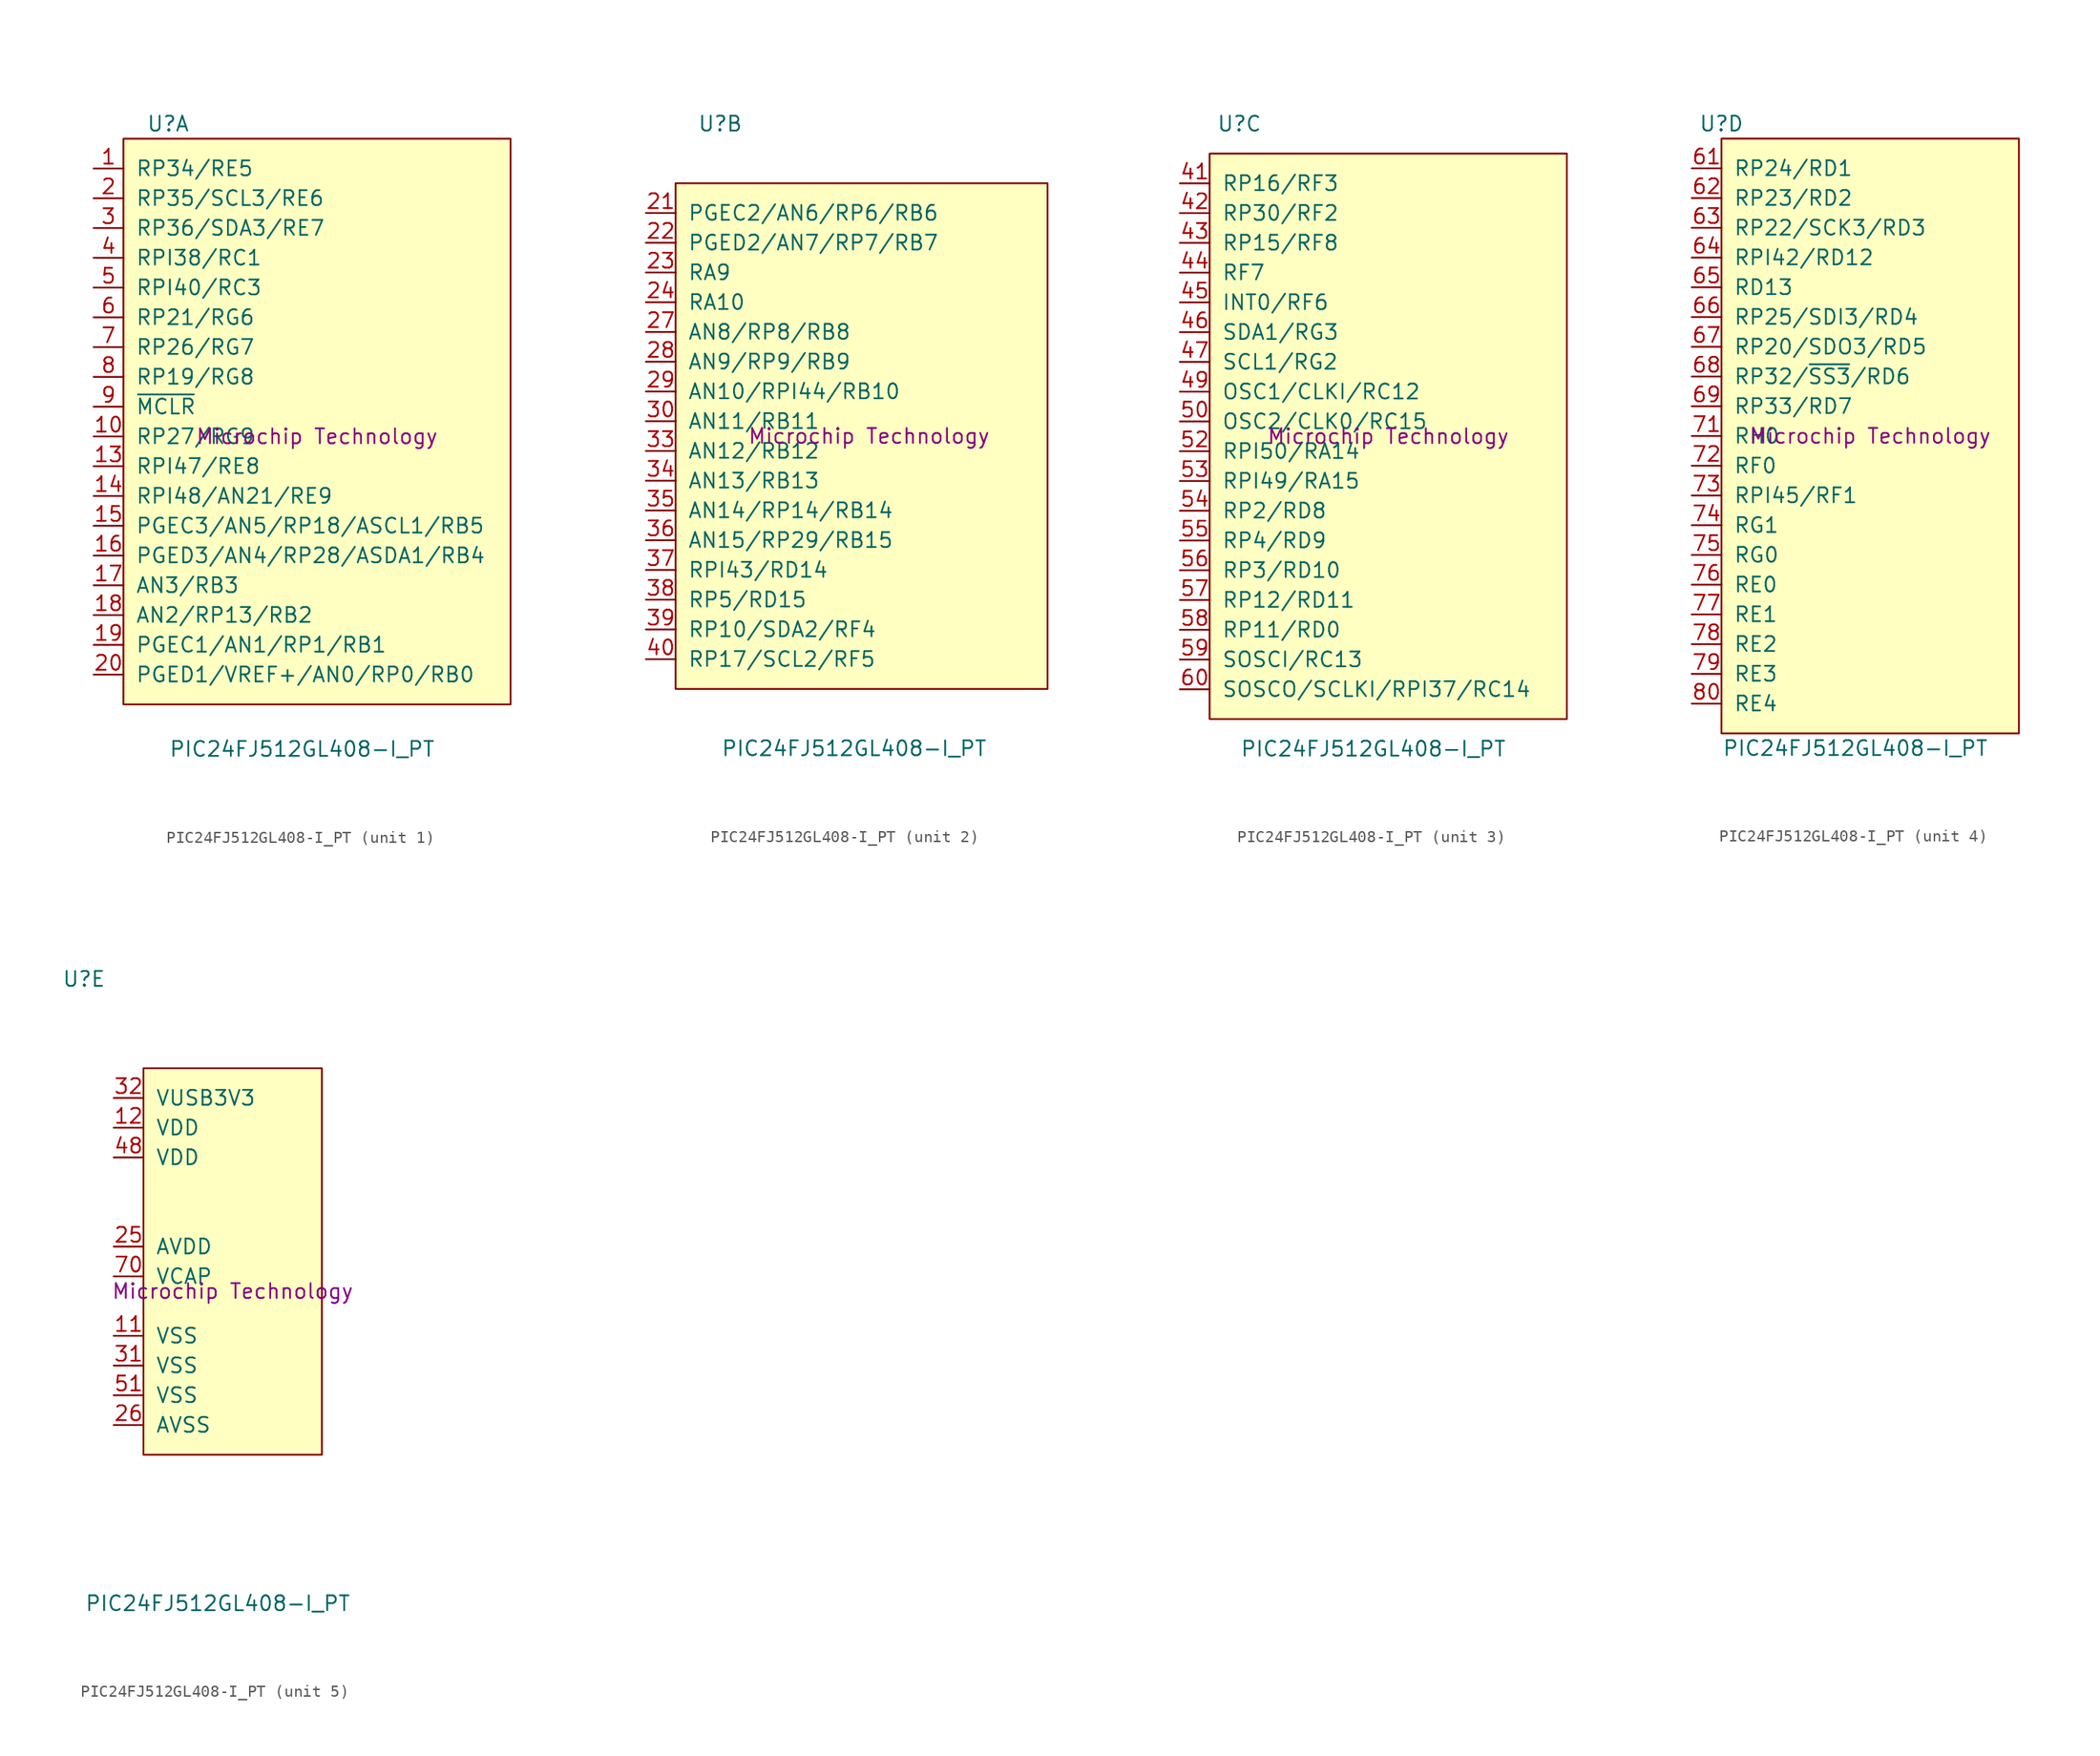
<source format=kicad_sym>
(kicad_symbol_lib
  (version 20231120)
  (generator "kicad_symbol_editor")
  (generator_version "8.0")
  (symbol "PIC24FJ512GL408-I_PT"
    (pin_names
      (offset 1.016))
    (property "Reference" "U"
      (at -12.7 26.67 0)
      (effects (font (size 1.27 1.27))))
    (property "Value" "PIC24FJ512GL408-I_PT"
      (at -1.27 -26.67 0)
      (effects (font (size 1.27 1.27))))
    (property "MFR" "Microchip Technology"
      (at 0 0 0)
      (effects (font (size 1.27 1.27))))
    (symbol "PIC24FJ512GL408-I_PT_1_1"
      (rectangle (start -16.51 25.4) (end 16.51 -22.86) (stroke (width 0.152) (type default)) (fill (type background)))
      (pin unspecified line (at -19.05 22.86 0) (length 2.54) (name "RP34/RE5" (effects (font (size 1.27 1.27)))) (number "1" (effects (font (size 1.27 1.27)))))
      (pin unspecified line (at -19.05 0 0) (length 2.54) (name "RP27/RG9" (effects (font (size 1.27 1.27)))) (number "10" (effects (font (size 1.27 1.27)))))
      (pin unspecified line (at -19.05 -2.54 0) (length 2.54) (name "RPI47/RE8" (effects (font (size 1.27 1.27)))) (number "13" (effects (font (size 1.27 1.27)))))
      (pin unspecified line (at -19.05 -5.08 0) (length 2.54) (name "RPI48/AN21/RE9" (effects (font (size 1.27 1.27)))) (number "14" (effects (font (size 1.27 1.27)))))
      (pin unspecified line (at -19.05 -7.62 0) (length 2.54) (name "PGEC3/AN5/RP18/ASCL1/RB5" (effects (font (size 1.27 1.27)))) (number "15" (effects (font (size 1.27 1.27)))))
      (pin unspecified line (at -19.05 -10.16 0) (length 2.54) (name "PGED3/AN4/RP28/ASDA1/RB4" (effects (font (size 1.27 1.27)))) (number "16" (effects (font (size 1.27 1.27)))))
      (pin unspecified line (at -19.05 -12.7 0) (length 2.54) (name "AN3/RB3" (effects (font (size 1.27 1.27)))) (number "17" (effects (font (size 1.27 1.27)))))
      (pin unspecified line (at -19.05 -15.24 0) (length 2.54) (name "AN2/RP13/RB2" (effects (font (size 1.27 1.27)))) (number "18" (effects (font (size 1.27 1.27)))))
      (pin unspecified line (at -19.05 -17.78 0) (length 2.54) (name "PGEC1/AN1/RP1/RB1" (effects (font (size 1.27 1.27)))) (number "19" (effects (font (size 1.27 1.27)))))
      (pin unspecified line (at -19.05 20.32 0) (length 2.54) (name "RP35/SCL3/RE6" (effects (font (size 1.27 1.27)))) (number "2" (effects (font (size 1.27 1.27)))))
      (pin unspecified line (at -19.05 -20.32 0) (length 2.54) (name "PGED1/VREF+/AN0/RP0/RB0" (effects (font (size 1.27 1.27)))) (number "20" (effects (font (size 1.27 1.27)))))
      (pin unspecified line (at -19.05 17.78 0) (length 2.54) (name "RP36/SDA3/RE7" (effects (font (size 1.27 1.27)))) (number "3" (effects (font (size 1.27 1.27)))))
      (pin unspecified line (at -19.05 15.24 0) (length 2.54) (name "RPI38/RC1" (effects (font (size 1.27 1.27)))) (number "4" (effects (font (size 1.27 1.27)))))
      (pin unspecified line (at -19.05 12.7 0) (length 2.54) (name "RPI40/RC3" (effects (font (size 1.27 1.27)))) (number "5" (effects (font (size 1.27 1.27)))))
      (pin unspecified line (at -19.05 10.16 0) (length 2.54) (name "RP21/RG6" (effects (font (size 1.27 1.27)))) (number "6" (effects (font (size 1.27 1.27)))))
      (pin unspecified line (at -19.05 7.62 0) (length 2.54) (name "RP26/RG7" (effects (font (size 1.27 1.27)))) (number "7" (effects (font (size 1.27 1.27)))))
      (pin unspecified line (at -19.05 5.08 0) (length 2.54) (name "RP19/RG8" (effects (font (size 1.27 1.27)))) (number "8" (effects (font (size 1.27 1.27)))))
      (pin unspecified line (at -19.05 2.54 0) (length 2.54) (name "~{MCLR}" (effects (font (size 1.27 1.27)))) (number "9" (effects (font (size 1.27 1.27))))))
    (symbol "PIC24FJ512GL408-I_PT_2_1"
      (rectangle (start -16.51 21.59) (end 15.24 -21.59) (stroke (width 0.152) (type default)) (fill (type background)))
      (pin unspecified line (at -19.05 19.05 0) (length 2.54) (name "PGEC2/AN6/RP6/RB6" (effects (font (size 1.27 1.27)))) (number "21" (effects (font (size 1.27 1.27)))))
      (pin unspecified line (at -19.05 16.51 0) (length 2.54) (name "PGED2/AN7/RP7/RB7" (effects (font (size 1.27 1.27)))) (number "22" (effects (font (size 1.27 1.27)))))
      (pin unspecified line (at -19.05 13.97 0) (length 2.54) (name "RA9" (effects (font (size 1.27 1.27)))) (number "23" (effects (font (size 1.27 1.27)))))
      (pin unspecified line (at -19.05 11.43 0) (length 2.54) (name "RA10" (effects (font (size 1.27 1.27)))) (number "24" (effects (font (size 1.27 1.27)))))
      (pin unspecified line (at -19.05 8.89 0) (length 2.54) (name "AN8/RP8/RB8" (effects (font (size 1.27 1.27)))) (number "27" (effects (font (size 1.27 1.27)))))
      (pin unspecified line (at -19.05 6.35 0) (length 2.54) (name "AN9/RP9/RB9" (effects (font (size 1.27 1.27)))) (number "28" (effects (font (size 1.27 1.27)))))
      (pin unspecified line (at -19.05 3.81 0) (length 2.54) (name "AN10/RPI44/RB10" (effects (font (size 1.27 1.27)))) (number "29" (effects (font (size 1.27 1.27)))))
      (pin unspecified line (at -19.05 1.27 0) (length 2.54) (name "AN11/RB11" (effects (font (size 1.27 1.27)))) (number "30" (effects (font (size 1.27 1.27)))))
      (pin unspecified line (at -19.05 -1.27 0) (length 2.54) (name "AN12/RB12" (effects (font (size 1.27 1.27)))) (number "33" (effects (font (size 1.27 1.27)))))
      (pin unspecified line (at -19.05 -3.81 0) (length 2.54) (name "AN13/RB13" (effects (font (size 1.27 1.27)))) (number "34" (effects (font (size 1.27 1.27)))))
      (pin unspecified line (at -19.05 -6.35 0) (length 2.54) (name "AN14/RP14/RB14" (effects (font (size 1.27 1.27)))) (number "35" (effects (font (size 1.27 1.27)))))
      (pin unspecified line (at -19.05 -8.89 0) (length 2.54) (name "AN15/RP29/RB15" (effects (font (size 1.27 1.27)))) (number "36" (effects (font (size 1.27 1.27)))))
      (pin unspecified line (at -19.05 -11.43 0) (length 2.54) (name "RPI43/RD14" (effects (font (size 1.27 1.27)))) (number "37" (effects (font (size 1.27 1.27)))))
      (pin unspecified line (at -19.05 -13.97 0) (length 2.54) (name "RP5/RD15" (effects (font (size 1.27 1.27)))) (number "38" (effects (font (size 1.27 1.27)))))
      (pin unspecified line (at -19.05 -16.51 0) (length 2.54) (name "RP10/SDA2/RF4" (effects (font (size 1.27 1.27)))) (number "39" (effects (font (size 1.27 1.27)))))
      (pin unspecified line (at -19.05 -19.05 0) (length 2.54) (name "RP17/SCL2/RF5" (effects (font (size 1.27 1.27)))) (number "40" (effects (font (size 1.27 1.27))))))
    (symbol "PIC24FJ512GL408-I_PT_3_1"
      (rectangle (start -15.24 24.13) (end 15.24 -24.13) (stroke (width 0.152) (type default)) (fill (type background)))
      (pin unspecified line (at -17.78 21.59 0) (length 2.54) (name "RP16/RF3" (effects (font (size 1.27 1.27)))) (number "41" (effects (font (size 1.27 1.27)))))
      (pin unspecified line (at -17.78 19.05 0) (length 2.54) (name "RP30/RF2" (effects (font (size 1.27 1.27)))) (number "42" (effects (font (size 1.27 1.27)))))
      (pin unspecified line (at -17.78 16.51 0) (length 2.54) (name "RP15/RF8" (effects (font (size 1.27 1.27)))) (number "43" (effects (font (size 1.27 1.27)))))
      (pin unspecified line (at -17.78 13.97 0) (length 2.54) (name "RF7" (effects (font (size 1.27 1.27)))) (number "44" (effects (font (size 1.27 1.27)))))
      (pin unspecified line (at -17.78 11.43 0) (length 2.54) (name "INT0/RF6" (effects (font (size 1.27 1.27)))) (number "45" (effects (font (size 1.27 1.27)))))
      (pin unspecified line (at -17.78 8.89 0) (length 2.54) (name "SDA1/RG3" (effects (font (size 1.27 1.27)))) (number "46" (effects (font (size 1.27 1.27)))))
      (pin unspecified line (at -17.78 6.35 0) (length 2.54) (name "SCL1/RG2" (effects (font (size 1.27 1.27)))) (number "47" (effects (font (size 1.27 1.27)))))
      (pin unspecified line (at -17.78 3.81 0) (length 2.54) (name "OSC1/CLKI/RC12" (effects (font (size 1.27 1.27)))) (number "49" (effects (font (size 1.27 1.27)))))
      (pin unspecified line (at -17.78 1.27 0) (length 2.54) (name "OSC2/CLK0/RC15" (effects (font (size 1.27 1.27)))) (number "50" (effects (font (size 1.27 1.27)))))
      (pin unspecified line (at -17.78 -1.27 0) (length 2.54) (name "RPI50/RA14" (effects (font (size 1.27 1.27)))) (number "52" (effects (font (size 1.27 1.27)))))
      (pin unspecified line (at -17.78 -3.81 0) (length 2.54) (name "RPI49/RA15" (effects (font (size 1.27 1.27)))) (number "53" (effects (font (size 1.27 1.27)))))
      (pin unspecified line (at -17.78 -6.35 0) (length 2.54) (name "RP2/RD8" (effects (font (size 1.27 1.27)))) (number "54" (effects (font (size 1.27 1.27)))))
      (pin unspecified line (at -17.78 -8.89 0) (length 2.54) (name "RP4/RD9" (effects (font (size 1.27 1.27)))) (number "55" (effects (font (size 1.27 1.27)))))
      (pin unspecified line (at -17.78 -11.43 0) (length 2.54) (name "RP3/RD10" (effects (font (size 1.27 1.27)))) (number "56" (effects (font (size 1.27 1.27)))))
      (pin unspecified line (at -17.78 -13.97 0) (length 2.54) (name "RP12/RD11" (effects (font (size 1.27 1.27)))) (number "57" (effects (font (size 1.27 1.27)))))
      (pin unspecified line (at -17.78 -16.51 0) (length 2.54) (name "RP11/RD0" (effects (font (size 1.27 1.27)))) (number "58" (effects (font (size 1.27 1.27)))))
      (pin unspecified line (at -17.78 -19.05 0) (length 2.54) (name "SOSCI/RC13" (effects (font (size 1.27 1.27)))) (number "59" (effects (font (size 1.27 1.27)))))
      (pin unspecified line (at -17.78 -21.59 0) (length 2.54) (name "SOSCO/SCLKI/RPI37/RC14" (effects (font (size 1.27 1.27)))) (number "60" (effects (font (size 1.27 1.27))))))
    (symbol "PIC24FJ512GL408-I_PT_4_1"
      (rectangle (start -12.7 25.4) (end 12.7 -25.4) (stroke (width 0.152) (type default)) (fill (type background)))
      (pin unspecified line (at -15.24 22.86 0) (length 2.54) (name "RP24/RD1" (effects (font (size 1.27 1.27)))) (number "61" (effects (font (size 1.27 1.27)))))
      (pin unspecified line (at -15.24 20.32 0) (length 2.54) (name "RP23/RD2" (effects (font (size 1.27 1.27)))) (number "62" (effects (font (size 1.27 1.27)))))
      (pin unspecified line (at -15.24 17.78 0) (length 2.54) (name "RP22/SCK3/RD3" (effects (font (size 1.27 1.27)))) (number "63" (effects (font (size 1.27 1.27)))))
      (pin unspecified line (at -15.24 15.24 0) (length 2.54) (name "RPI42/RD12" (effects (font (size 1.27 1.27)))) (number "64" (effects (font (size 1.27 1.27)))))
      (pin unspecified line (at -15.24 12.7 0) (length 2.54) (name "RD13" (effects (font (size 1.27 1.27)))) (number "65" (effects (font (size 1.27 1.27)))))
      (pin unspecified line (at -15.24 10.16 0) (length 2.54) (name "RP25/SDI3/RD4" (effects (font (size 1.27 1.27)))) (number "66" (effects (font (size 1.27 1.27)))))
      (pin unspecified line (at -15.24 7.62 0) (length 2.54) (name "RP20/SDO3/RD5" (effects (font (size 1.27 1.27)))) (number "67" (effects (font (size 1.27 1.27)))))
      (pin unspecified line (at -15.24 5.08 0) (length 2.54) (name "RP32/~{SS3}/RD6" (effects (font (size 1.27 1.27)))) (number "68" (effects (font (size 1.27 1.27)))))
      (pin unspecified line (at -15.24 2.54 0) (length 2.54) (name "RP33/RD7" (effects (font (size 1.27 1.27)))) (number "69" (effects (font (size 1.27 1.27)))))
      (pin unspecified line (at -15.24 0 0) (length 2.54) (name "RH0" (effects (font (size 1.27 1.27)))) (number "71" (effects (font (size 1.27 1.27)))))
      (pin unspecified line (at -15.24 -2.54 0) (length 2.54) (name "RF0" (effects (font (size 1.27 1.27)))) (number "72" (effects (font (size 1.27 1.27)))))
      (pin unspecified line (at -15.24 -5.08 0) (length 2.54) (name "RPI45/RF1" (effects (font (size 1.27 1.27)))) (number "73" (effects (font (size 1.27 1.27)))))
      (pin unspecified line (at -15.24 -7.62 0) (length 2.54) (name "RG1" (effects (font (size 1.27 1.27)))) (number "74" (effects (font (size 1.27 1.27)))))
      (pin unspecified line (at -15.24 -10.16 0) (length 2.54) (name "RG0" (effects (font (size 1.27 1.27)))) (number "75" (effects (font (size 1.27 1.27)))))
      (pin unspecified line (at -15.24 -12.7 0) (length 2.54) (name "RE0" (effects (font (size 1.27 1.27)))) (number "76" (effects (font (size 1.27 1.27)))))
      (pin unspecified line (at -15.24 -15.24 0) (length 2.54) (name "RE1" (effects (font (size 1.27 1.27)))) (number "77" (effects (font (size 1.27 1.27)))))
      (pin unspecified line (at -15.24 -17.78 0) (length 2.54) (name "RE2" (effects (font (size 1.27 1.27)))) (number "78" (effects (font (size 1.27 1.27)))))
      (pin unspecified line (at -15.24 -20.32 0) (length 2.54) (name "RE3" (effects (font (size 1.27 1.27)))) (number "79" (effects (font (size 1.27 1.27)))))
      (pin unspecified line (at -15.24 -22.86 0) (length 2.54) (name "RE4" (effects (font (size 1.27 1.27)))) (number "80" (effects (font (size 1.27 1.27))))))
    (symbol "PIC24FJ512GL408-I_PT_5_1"
      (rectangle (start -7.62 19.05) (end 7.62 -13.97) (stroke (width 0) (type default)) (fill (type background)))
      (pin unspecified line (at -10.16 -3.81 0) (length 2.54) (name "VSS" (effects (font (size 1.27 1.27)))) (number "11" (effects (font (size 1.27 1.27)))))
      (pin unspecified line (at -10.16 13.97 0) (length 2.54) (name "VDD" (effects (font (size 1.27 1.27)))) (number "12" (effects (font (size 1.27 1.27)))))
      (pin unspecified line (at -10.16 3.81 0) (length 2.54) (name "AVDD" (effects (font (size 1.27 1.27)))) (number "25" (effects (font (size 1.27 1.27)))))
      (pin unspecified line (at -10.16 -11.43 0) (length 2.54) (name "AVSS" (effects (font (size 1.27 1.27)))) (number "26" (effects (font (size 1.27 1.27)))))
      (pin unspecified line (at -10.16 -6.35 0) (length 2.54) (name "VSS" (effects (font (size 1.27 1.27)))) (number "31" (effects (font (size 1.27 1.27)))))
      (pin unspecified line (at -10.16 16.51 0) (length 2.54) (name "VUSB3V3" (effects (font (size 1.27 1.27)))) (number "32" (effects (font (size 1.27 1.27)))))
      (pin unspecified line (at -10.16 11.43 0) (length 2.54) (name "VDD" (effects (font (size 1.27 1.27)))) (number "48" (effects (font (size 1.27 1.27)))))
      (pin unspecified line (at -10.16 -8.89 0) (length 2.54) (name "VSS" (effects (font (size 1.27 1.27)))) (number "51" (effects (font (size 1.27 1.27)))))
      (pin unspecified line (at -10.16 1.27 0) (length 2.54) (name "VCAP" (effects (font (size 1.27 1.27)))) (number "70" (effects (font (size 1.27 1.27))))))))
</source>
